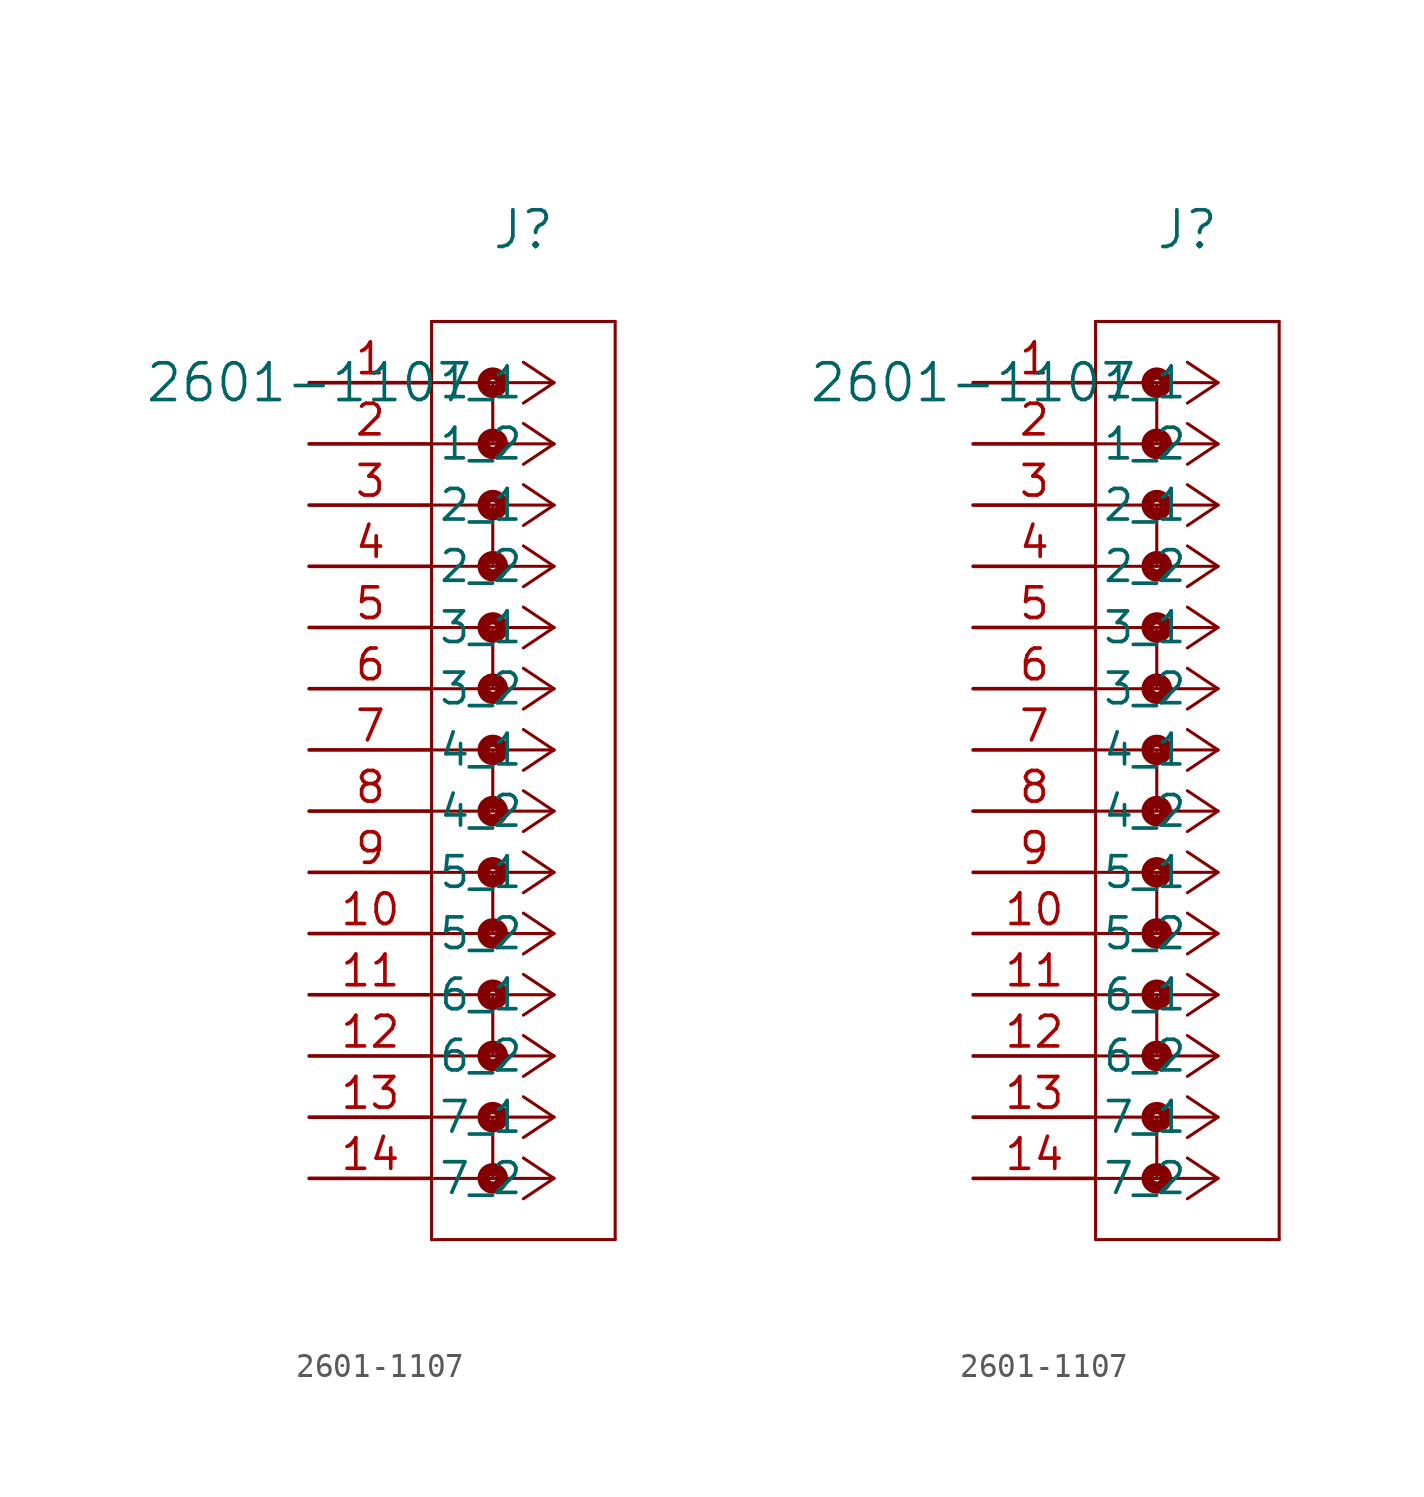
<source format=kicad_sym>
(kicad_symbol_lib
  (version 20211014)
  (generator kicad_symbol_editor)
  (symbol "2601-1107"
    (pin_names
      (offset 0.254))
    (property "Reference" "J"
      (at 8.89 6.35 0)
      (effects (font (size 1.524 1.524))))
    (property "Value" "2601-1107"
      (at 0 0 0)
      (effects (font (size 1.524 1.524))))
    (symbol "2601-1107_1_1"
      (polyline (pts (xy 10.16 0) (xy 5.08 0)) (stroke (width 0.127) (type default) (color 0 0 0 0)) (fill (type none)))
      (polyline (pts (xy 10.16 -2.54) (xy 5.08 -2.54)) (stroke (width 0.127) (type default) (color 0 0 0 0)) (fill (type none)))
      (polyline (pts (xy 10.16 -5.08) (xy 5.08 -5.08)) (stroke (width 0.127) (type default) (color 0 0 0 0)) (fill (type none)))
      (polyline (pts (xy 10.16 -7.62) (xy 5.08 -7.62)) (stroke (width 0.127) (type default) (color 0 0 0 0)) (fill (type none)))
      (polyline (pts (xy 10.16 -10.16) (xy 5.08 -10.16)) (stroke (width 0.127) (type default) (color 0 0 0 0)) (fill (type none)))
      (polyline (pts (xy 10.16 -12.7) (xy 5.08 -12.7)) (stroke (width 0.127) (type default) (color 0 0 0 0)) (fill (type none)))
      (polyline (pts (xy 10.16 -15.24) (xy 5.08 -15.24)) (stroke (width 0.127) (type default) (color 0 0 0 0)) (fill (type none)))
      (polyline (pts (xy 10.16 -17.78) (xy 5.08 -17.78)) (stroke (width 0.127) (type default) (color 0 0 0 0)) (fill (type none)))
      (polyline (pts (xy 10.16 -20.32) (xy 5.08 -20.32)) (stroke (width 0.127) (type default) (color 0 0 0 0)) (fill (type none)))
      (polyline (pts (xy 10.16 -22.86) (xy 5.08 -22.86)) (stroke (width 0.127) (type default) (color 0 0 0 0)) (fill (type none)))
      (polyline (pts (xy 10.16 -25.4) (xy 5.08 -25.4)) (stroke (width 0.127) (type default) (color 0 0 0 0)) (fill (type none)))
      (polyline (pts (xy 10.16 -27.94) (xy 5.08 -27.94)) (stroke (width 0.127) (type default) (color 0 0 0 0)) (fill (type none)))
      (polyline (pts (xy 10.16 -30.48) (xy 5.08 -30.48)) (stroke (width 0.127) (type default) (color 0 0 0 0)) (fill (type none)))
      (polyline (pts (xy 10.16 -33.02) (xy 5.08 -33.02)) (stroke (width 0.127) (type default) (color 0 0 0 0)) (fill (type none)))
      (polyline (pts (xy 10.16 0) (xy 8.89 0.847)) (stroke (width 0.127) (type default) (color 0 0 0 0)) (fill (type none)))
      (polyline (pts (xy 10.16 -2.54) (xy 8.89 -1.693)) (stroke (width 0.127) (type default) (color 0 0 0 0)) (fill (type none)))
      (polyline (pts (xy 10.16 -5.08) (xy 8.89 -4.233)) (stroke (width 0.127) (type default) (color 0 0 0 0)) (fill (type none)))
      (polyline (pts (xy 10.16 -7.62) (xy 8.89 -6.773)) (stroke (width 0.127) (type default) (color 0 0 0 0)) (fill (type none)))
      (polyline (pts (xy 10.16 -10.16) (xy 8.89 -9.313)) (stroke (width 0.127) (type default) (color 0 0 0 0)) (fill (type none)))
      (polyline (pts (xy 10.16 -12.7) (xy 8.89 -11.853)) (stroke (width 0.127) (type default) (color 0 0 0 0)) (fill (type none)))
      (polyline (pts (xy 10.16 -15.24) (xy 8.89 -14.393)) (stroke (width 0.127) (type default) (color 0 0 0 0)) (fill (type none)))
      (polyline (pts (xy 10.16 -17.78) (xy 8.89 -16.933)) (stroke (width 0.127) (type default) (color 0 0 0 0)) (fill (type none)))
      (polyline (pts (xy 10.16 -20.32) (xy 8.89 -19.473)) (stroke (width 0.127) (type default) (color 0 0 0 0)) (fill (type none)))
      (polyline (pts (xy 10.16 -22.86) (xy 8.89 -22.013)) (stroke (width 0.127) (type default) (color 0 0 0 0)) (fill (type none)))
      (polyline (pts (xy 10.16 -25.4) (xy 8.89 -24.553)) (stroke (width 0.127) (type default) (color 0 0 0 0)) (fill (type none)))
      (polyline (pts (xy 10.16 -27.94) (xy 8.89 -27.093)) (stroke (width 0.127) (type default) (color 0 0 0 0)) (fill (type none)))
      (polyline (pts (xy 10.16 -30.48) (xy 8.89 -29.633)) (stroke (width 0.127) (type default) (color 0 0 0 0)) (fill (type none)))
      (polyline (pts (xy 10.16 -33.02) (xy 8.89 -32.173)) (stroke (width 0.127) (type default) (color 0 0 0 0)) (fill (type none)))
      (polyline (pts (xy 10.16 0) (xy 8.89 -0.847)) (stroke (width 0.127) (type default) (color 0 0 0 0)) (fill (type none)))
      (polyline (pts (xy 10.16 -2.54) (xy 8.89 -3.387)) (stroke (width 0.127) (type default) (color 0 0 0 0)) (fill (type none)))
      (polyline (pts (xy 10.16 -5.08) (xy 8.89 -5.927)) (stroke (width 0.127) (type default) (color 0 0 0 0)) (fill (type none)))
      (polyline (pts (xy 10.16 -7.62) (xy 8.89 -8.467)) (stroke (width 0.127) (type default) (color 0 0 0 0)) (fill (type none)))
      (polyline (pts (xy 10.16 -10.16) (xy 8.89 -11.007)) (stroke (width 0.127) (type default) (color 0 0 0 0)) (fill (type none)))
      (polyline (pts (xy 10.16 -12.7) (xy 8.89 -13.547)) (stroke (width 0.127) (type default) (color 0 0 0 0)) (fill (type none)))
      (polyline (pts (xy 10.16 -15.24) (xy 8.89 -16.087)) (stroke (width 0.127) (type default) (color 0 0 0 0)) (fill (type none)))
      (polyline (pts (xy 10.16 -17.78) (xy 8.89 -18.627)) (stroke (width 0.127) (type default) (color 0 0 0 0)) (fill (type none)))
      (polyline (pts (xy 10.16 -20.32) (xy 8.89 -21.167)) (stroke (width 0.127) (type default) (color 0 0 0 0)) (fill (type none)))
      (polyline (pts (xy 10.16 -22.86) (xy 8.89 -23.707)) (stroke (width 0.127) (type default) (color 0 0 0 0)) (fill (type none)))
      (polyline (pts (xy 10.16 -25.4) (xy 8.89 -26.247)) (stroke (width 0.127) (type default) (color 0 0 0 0)) (fill (type none)))
      (polyline (pts (xy 10.16 -27.94) (xy 8.89 -28.787)) (stroke (width 0.127) (type default) (color 0 0 0 0)) (fill (type none)))
      (polyline (pts (xy 10.16 -30.48) (xy 8.89 -31.327)) (stroke (width 0.127) (type default) (color 0 0 0 0)) (fill (type none)))
      (polyline (pts (xy 10.16 -33.02) (xy 8.89 -33.867)) (stroke (width 0.127) (type default) (color 0 0 0 0)) (fill (type none)))
      (polyline (pts (xy 5.08 2.54) (xy 5.08 -35.56)) (stroke (width 0.127) (type default) (color 0 0 0 0)) (fill (type none)))
      (polyline (pts (xy 5.08 -35.56) (xy 12.7 -35.56)) (stroke (width 0.127) (type default) (color 0 0 0 0)) (fill (type none)))
      (polyline (pts (xy 12.7 -35.56) (xy 12.7 2.54)) (stroke (width 0.127) (type default) (color 0 0 0 0)) (fill (type none)))
      (polyline (pts (xy 12.7 2.54) (xy 5.08 2.54)) (stroke (width 0.127) (type default) (color 0 0 0 0)) (fill (type none)))
      (circle (center 7.62 0) (radius 0.127) (stroke (width 0.508) (type default) (color 0 0 0 0)) (fill (type none)))
      (polyline (pts (xy 7.62 0) (xy 7.62 -2.54)) (stroke (width 0.127) (type default) (color 0 0 0 0)) (fill (type none)))
      (circle (center 7.62 -2.54) (radius 0.127) (stroke (width 0.508) (type default) (color 0 0 0 0)) (fill (type none)))
      (circle (center 7.62 -5.08) (radius 0.127) (stroke (width 0.508) (type default) (color 0 0 0 0)) (fill (type none)))
      (polyline (pts (xy 7.62 -5.08) (xy 7.62 -7.62)) (stroke (width 0.127) (type default) (color 0 0 0 0)) (fill (type none)))
      (circle (center 7.62 -7.62) (radius 0.127) (stroke (width 0.508) (type default) (color 0 0 0 0)) (fill (type none)))
      (circle (center 7.62 -10.16) (radius 0.127) (stroke (width 0.508) (type default) (color 0 0 0 0)) (fill (type none)))
      (polyline (pts (xy 7.62 -10.16) (xy 7.62 -12.7)) (stroke (width 0.127) (type default) (color 0 0 0 0)) (fill (type none)))
      (circle (center 7.62 -12.7) (radius 0.127) (stroke (width 0.508) (type default) (color 0 0 0 0)) (fill (type none)))
      (circle (center 7.62 -15.24) (radius 0.127) (stroke (width 0.508) (type default) (color 0 0 0 0)) (fill (type none)))
      (polyline (pts (xy 7.62 -15.24) (xy 7.62 -17.78)) (stroke (width 0.127) (type default) (color 0 0 0 0)) (fill (type none)))
      (circle (center 7.62 -17.78) (radius 0.127) (stroke (width 0.508) (type default) (color 0 0 0 0)) (fill (type none)))
      (circle (center 7.62 -20.32) (radius 0.127) (stroke (width 0.508) (type default) (color 0 0 0 0)) (fill (type none)))
      (polyline (pts (xy 7.62 -20.32) (xy 7.62 -22.86)) (stroke (width 0.127) (type default) (color 0 0 0 0)) (fill (type none)))
      (circle (center 7.62 -22.86) (radius 0.127) (stroke (width 0.508) (type default) (color 0 0 0 0)) (fill (type none)))
      (circle (center 7.62 -25.4) (radius 0.127) (stroke (width 0.508) (type default) (color 0 0 0 0)) (fill (type none)))
      (polyline (pts (xy 7.62 -25.4) (xy 7.62 -27.94)) (stroke (width 0.127) (type default) (color 0 0 0 0)) (fill (type none)))
      (circle (center 7.62 -27.94) (radius 0.127) (stroke (width 0.508) (type default) (color 0 0 0 0)) (fill (type none)))
      (circle (center 7.62 -30.48) (radius 0.127) (stroke (width 0.508) (type default) (color 0 0 0 0)) (fill (type none)))
      (polyline (pts (xy 7.62 -30.48) (xy 7.62 -33.02)) (stroke (width 0.127) (type default) (color 0 0 0 0)) (fill (type none)))
      (circle (center 7.62 -33.02) (radius 0.127) (stroke (width 0.508) (type default) (color 0 0 0 0)) (fill (type none)))
      (pin unspecified line (at 0 0 0) (length 5.08) (name "1_1" (effects (font (size 1.27 1.27)))) (number "1" (effects (font (size 1.27 1.27)))))
      (pin unspecified line (at 0 -2.54 0) (length 5.08) (name "1_2" (effects (font (size 1.27 1.27)))) (number "2" (effects (font (size 1.27 1.27)))))
      (pin unspecified line (at 0 -5.08 0) (length 5.08) (name "2_1" (effects (font (size 1.27 1.27)))) (number "3" (effects (font (size 1.27 1.27)))))
      (pin unspecified line (at 0 -7.62 0) (length 5.08) (name "2_2" (effects (font (size 1.27 1.27)))) (number "4" (effects (font (size 1.27 1.27)))))
      (pin unspecified line (at 0 -10.16 0) (length 5.08) (name "3_1" (effects (font (size 1.27 1.27)))) (number "5" (effects (font (size 1.27 1.27)))))
      (pin unspecified line (at 0 -12.7 0) (length 5.08) (name "3_2" (effects (font (size 1.27 1.27)))) (number "6" (effects (font (size 1.27 1.27)))))
      (pin unspecified line (at 0 -15.24 0) (length 5.08) (name "4_1" (effects (font (size 1.27 1.27)))) (number "7" (effects (font (size 1.27 1.27)))))
      (pin unspecified line (at 0 -17.78 0) (length 5.08) (name "4_2" (effects (font (size 1.27 1.27)))) (number "8" (effects (font (size 1.27 1.27)))))
      (pin unspecified line (at 0 -20.32 0) (length 5.08) (name "5_1" (effects (font (size 1.27 1.27)))) (number "9" (effects (font (size 1.27 1.27)))))
      (pin unspecified line (at 0 -22.86 0) (length 5.08) (name "5_2" (effects (font (size 1.27 1.27)))) (number "10" (effects (font (size 1.27 1.27)))))
      (pin unspecified line (at 0 -25.4 0) (length 5.08) (name "6_1" (effects (font (size 1.27 1.27)))) (number "11" (effects (font (size 1.27 1.27)))))
      (pin unspecified line (at 0 -27.94 0) (length 5.08) (name "6_2" (effects (font (size 1.27 1.27)))) (number "12" (effects (font (size 1.27 1.27)))))
      (pin unspecified line (at 0 -30.48 0) (length 5.08) (name "7_1" (effects (font (size 1.27 1.27)))) (number "13" (effects (font (size 1.27 1.27)))))
      (pin unspecified line (at 0 -33.02 0) (length 5.08) (name "7_2" (effects (font (size 1.27 1.27)))) (number "14" (effects (font (size 1.27 1.27))))))
    (symbol "2601-1107_1_2"
      (polyline (pts (xy 10.16 0) (xy 5.08 0)) (stroke (width 0.127) (type default) (color 0 0 0 0)) (fill (type none)))
      (polyline (pts (xy 10.16 -2.54) (xy 5.08 -2.54)) (stroke (width 0.127) (type default) (color 0 0 0 0)) (fill (type none)))
      (polyline (pts (xy 10.16 -5.08) (xy 5.08 -5.08)) (stroke (width 0.127) (type default) (color 0 0 0 0)) (fill (type none)))
      (polyline (pts (xy 10.16 -7.62) (xy 5.08 -7.62)) (stroke (width 0.127) (type default) (color 0 0 0 0)) (fill (type none)))
      (polyline (pts (xy 10.16 -10.16) (xy 5.08 -10.16)) (stroke (width 0.127) (type default) (color 0 0 0 0)) (fill (type none)))
      (polyline (pts (xy 10.16 -12.7) (xy 5.08 -12.7)) (stroke (width 0.127) (type default) (color 0 0 0 0)) (fill (type none)))
      (polyline (pts (xy 10.16 -15.24) (xy 5.08 -15.24)) (stroke (width 0.127) (type default) (color 0 0 0 0)) (fill (type none)))
      (polyline (pts (xy 10.16 -17.78) (xy 5.08 -17.78)) (stroke (width 0.127) (type default) (color 0 0 0 0)) (fill (type none)))
      (polyline (pts (xy 10.16 -20.32) (xy 5.08 -20.32)) (stroke (width 0.127) (type default) (color 0 0 0 0)) (fill (type none)))
      (polyline (pts (xy 10.16 -22.86) (xy 5.08 -22.86)) (stroke (width 0.127) (type default) (color 0 0 0 0)) (fill (type none)))
      (polyline (pts (xy 10.16 -25.4) (xy 5.08 -25.4)) (stroke (width 0.127) (type default) (color 0 0 0 0)) (fill (type none)))
      (polyline (pts (xy 10.16 -27.94) (xy 5.08 -27.94)) (stroke (width 0.127) (type default) (color 0 0 0 0)) (fill (type none)))
      (polyline (pts (xy 10.16 -30.48) (xy 5.08 -30.48)) (stroke (width 0.127) (type default) (color 0 0 0 0)) (fill (type none)))
      (polyline (pts (xy 10.16 -33.02) (xy 5.08 -33.02)) (stroke (width 0.127) (type default) (color 0 0 0 0)) (fill (type none)))
      (polyline (pts (xy 10.16 0) (xy 8.89 0.847)) (stroke (width 0.127) (type default) (color 0 0 0 0)) (fill (type none)))
      (polyline (pts (xy 10.16 -2.54) (xy 8.89 -1.693)) (stroke (width 0.127) (type default) (color 0 0 0 0)) (fill (type none)))
      (polyline (pts (xy 10.16 -5.08) (xy 8.89 -4.233)) (stroke (width 0.127) (type default) (color 0 0 0 0)) (fill (type none)))
      (polyline (pts (xy 10.16 -7.62) (xy 8.89 -6.773)) (stroke (width 0.127) (type default) (color 0 0 0 0)) (fill (type none)))
      (polyline (pts (xy 10.16 -10.16) (xy 8.89 -9.313)) (stroke (width 0.127) (type default) (color 0 0 0 0)) (fill (type none)))
      (polyline (pts (xy 10.16 -12.7) (xy 8.89 -11.853)) (stroke (width 0.127) (type default) (color 0 0 0 0)) (fill (type none)))
      (polyline (pts (xy 10.16 -15.24) (xy 8.89 -14.393)) (stroke (width 0.127) (type default) (color 0 0 0 0)) (fill (type none)))
      (polyline (pts (xy 10.16 -17.78) (xy 8.89 -16.933)) (stroke (width 0.127) (type default) (color 0 0 0 0)) (fill (type none)))
      (polyline (pts (xy 10.16 -20.32) (xy 8.89 -19.473)) (stroke (width 0.127) (type default) (color 0 0 0 0)) (fill (type none)))
      (polyline (pts (xy 10.16 -22.86) (xy 8.89 -22.013)) (stroke (width 0.127) (type default) (color 0 0 0 0)) (fill (type none)))
      (polyline (pts (xy 10.16 -25.4) (xy 8.89 -24.553)) (stroke (width 0.127) (type default) (color 0 0 0 0)) (fill (type none)))
      (polyline (pts (xy 10.16 -27.94) (xy 8.89 -27.093)) (stroke (width 0.127) (type default) (color 0 0 0 0)) (fill (type none)))
      (polyline (pts (xy 10.16 -30.48) (xy 8.89 -29.633)) (stroke (width 0.127) (type default) (color 0 0 0 0)) (fill (type none)))
      (polyline (pts (xy 10.16 -33.02) (xy 8.89 -32.173)) (stroke (width 0.127) (type default) (color 0 0 0 0)) (fill (type none)))
      (polyline (pts (xy 10.16 0) (xy 8.89 -0.847)) (stroke (width 0.127) (type default) (color 0 0 0 0)) (fill (type none)))
      (polyline (pts (xy 10.16 -2.54) (xy 8.89 -3.387)) (stroke (width 0.127) (type default) (color 0 0 0 0)) (fill (type none)))
      (polyline (pts (xy 10.16 -5.08) (xy 8.89 -5.927)) (stroke (width 0.127) (type default) (color 0 0 0 0)) (fill (type none)))
      (polyline (pts (xy 10.16 -7.62) (xy 8.89 -8.467)) (stroke (width 0.127) (type default) (color 0 0 0 0)) (fill (type none)))
      (polyline (pts (xy 10.16 -10.16) (xy 8.89 -11.007)) (stroke (width 0.127) (type default) (color 0 0 0 0)) (fill (type none)))
      (polyline (pts (xy 10.16 -12.7) (xy 8.89 -13.547)) (stroke (width 0.127) (type default) (color 0 0 0 0)) (fill (type none)))
      (polyline (pts (xy 10.16 -15.24) (xy 8.89 -16.087)) (stroke (width 0.127) (type default) (color 0 0 0 0)) (fill (type none)))
      (polyline (pts (xy 10.16 -17.78) (xy 8.89 -18.627)) (stroke (width 0.127) (type default) (color 0 0 0 0)) (fill (type none)))
      (polyline (pts (xy 10.16 -20.32) (xy 8.89 -21.167)) (stroke (width 0.127) (type default) (color 0 0 0 0)) (fill (type none)))
      (polyline (pts (xy 10.16 -22.86) (xy 8.89 -23.707)) (stroke (width 0.127) (type default) (color 0 0 0 0)) (fill (type none)))
      (polyline (pts (xy 10.16 -25.4) (xy 8.89 -26.247)) (stroke (width 0.127) (type default) (color 0 0 0 0)) (fill (type none)))
      (polyline (pts (xy 10.16 -27.94) (xy 8.89 -28.787)) (stroke (width 0.127) (type default) (color 0 0 0 0)) (fill (type none)))
      (polyline (pts (xy 10.16 -30.48) (xy 8.89 -31.327)) (stroke (width 0.127) (type default) (color 0 0 0 0)) (fill (type none)))
      (polyline (pts (xy 10.16 -33.02) (xy 8.89 -33.867)) (stroke (width 0.127) (type default) (color 0 0 0 0)) (fill (type none)))
      (polyline (pts (xy 5.08 2.54) (xy 5.08 -35.56)) (stroke (width 0.127) (type default) (color 0 0 0 0)) (fill (type none)))
      (polyline (pts (xy 5.08 -35.56) (xy 12.7 -35.56)) (stroke (width 0.127) (type default) (color 0 0 0 0)) (fill (type none)))
      (polyline (pts (xy 12.7 -35.56) (xy 12.7 2.54)) (stroke (width 0.127) (type default) (color 0 0 0 0)) (fill (type none)))
      (polyline (pts (xy 12.7 2.54) (xy 5.08 2.54)) (stroke (width 0.127) (type default) (color 0 0 0 0)) (fill (type none)))
      (circle (center 7.62 0) (radius 0.127) (stroke (width 0.508) (type default) (color 0 0 0 0)) (fill (type none)))
      (polyline (pts (xy 7.62 0) (xy 7.62 -2.54)) (stroke (width 0.127) (type default) (color 0 0 0 0)) (fill (type none)))
      (circle (center 7.62 -2.54) (radius 0.127) (stroke (width 0.508) (type default) (color 0 0 0 0)) (fill (type none)))
      (circle (center 7.62 -5.08) (radius 0.127) (stroke (width 0.508) (type default) (color 0 0 0 0)) (fill (type none)))
      (polyline (pts (xy 7.62 -5.08) (xy 7.62 -7.62)) (stroke (width 0.127) (type default) (color 0 0 0 0)) (fill (type none)))
      (circle (center 7.62 -7.62) (radius 0.127) (stroke (width 0.508) (type default) (color 0 0 0 0)) (fill (type none)))
      (circle (center 7.62 -10.16) (radius 0.127) (stroke (width 0.508) (type default) (color 0 0 0 0)) (fill (type none)))
      (polyline (pts (xy 7.62 -10.16) (xy 7.62 -12.7)) (stroke (width 0.127) (type default) (color 0 0 0 0)) (fill (type none)))
      (circle (center 7.62 -12.7) (radius 0.127) (stroke (width 0.508) (type default) (color 0 0 0 0)) (fill (type none)))
      (circle (center 7.62 -15.24) (radius 0.127) (stroke (width 0.508) (type default) (color 0 0 0 0)) (fill (type none)))
      (polyline (pts (xy 7.62 -15.24) (xy 7.62 -17.78)) (stroke (width 0.127) (type default) (color 0 0 0 0)) (fill (type none)))
      (circle (center 7.62 -17.78) (radius 0.127) (stroke (width 0.508) (type default) (color 0 0 0 0)) (fill (type none)))
      (circle (center 7.62 -20.32) (radius 0.127) (stroke (width 0.508) (type default) (color 0 0 0 0)) (fill (type none)))
      (polyline (pts (xy 7.62 -20.32) (xy 7.62 -22.86)) (stroke (width 0.127) (type default) (color 0 0 0 0)) (fill (type none)))
      (circle (center 7.62 -22.86) (radius 0.127) (stroke (width 0.508) (type default) (color 0 0 0 0)) (fill (type none)))
      (circle (center 7.62 -25.4) (radius 0.127) (stroke (width 0.508) (type default) (color 0 0 0 0)) (fill (type none)))
      (polyline (pts (xy 7.62 -25.4) (xy 7.62 -27.94)) (stroke (width 0.127) (type default) (color 0 0 0 0)) (fill (type none)))
      (circle (center 7.62 -27.94) (radius 0.127) (stroke (width 0.508) (type default) (color 0 0 0 0)) (fill (type none)))
      (circle (center 7.62 -30.48) (radius 0.127) (stroke (width 0.508) (type default) (color 0 0 0 0)) (fill (type none)))
      (polyline (pts (xy 7.62 -30.48) (xy 7.62 -33.02)) (stroke (width 0.127) (type default) (color 0 0 0 0)) (fill (type none)))
      (circle (center 7.62 -33.02) (radius 0.127) (stroke (width 0.508) (type default) (color 0 0 0 0)) (fill (type none)))
      (pin unspecified line (at 0 0 0) (length 5.08) (name "1_1" (effects (font (size 1.27 1.27)))) (number "1" (effects (font (size 1.27 1.27)))))
      (pin unspecified line (at 0 -2.54 0) (length 5.08) (name "1_2" (effects (font (size 1.27 1.27)))) (number "2" (effects (font (size 1.27 1.27)))))
      (pin unspecified line (at 0 -5.08 0) (length 5.08) (name "2_1" (effects (font (size 1.27 1.27)))) (number "3" (effects (font (size 1.27 1.27)))))
      (pin unspecified line (at 0 -7.62 0) (length 5.08) (name "2_2" (effects (font (size 1.27 1.27)))) (number "4" (effects (font (size 1.27 1.27)))))
      (pin unspecified line (at 0 -10.16 0) (length 5.08) (name "3_1" (effects (font (size 1.27 1.27)))) (number "5" (effects (font (size 1.27 1.27)))))
      (pin unspecified line (at 0 -12.7 0) (length 5.08) (name "3_2" (effects (font (size 1.27 1.27)))) (number "6" (effects (font (size 1.27 1.27)))))
      (pin unspecified line (at 0 -15.24 0) (length 5.08) (name "4_1" (effects (font (size 1.27 1.27)))) (number "7" (effects (font (size 1.27 1.27)))))
      (pin unspecified line (at 0 -17.78 0) (length 5.08) (name "4_2" (effects (font (size 1.27 1.27)))) (number "8" (effects (font (size 1.27 1.27)))))
      (pin unspecified line (at 0 -20.32 0) (length 5.08) (name "5_1" (effects (font (size 1.27 1.27)))) (number "9" (effects (font (size 1.27 1.27)))))
      (pin unspecified line (at 0 -22.86 0) (length 5.08) (name "5_2" (effects (font (size 1.27 1.27)))) (number "10" (effects (font (size 1.27 1.27)))))
      (pin unspecified line (at 0 -25.4 0) (length 5.08) (name "6_1" (effects (font (size 1.27 1.27)))) (number "11" (effects (font (size 1.27 1.27)))))
      (pin unspecified line (at 0 -27.94 0) (length 5.08) (name "6_2" (effects (font (size 1.27 1.27)))) (number "12" (effects (font (size 1.27 1.27)))))
      (pin unspecified line (at 0 -30.48 0) (length 5.08) (name "7_1" (effects (font (size 1.27 1.27)))) (number "13" (effects (font (size 1.27 1.27)))))
      (pin unspecified line (at 0 -33.02 0) (length 5.08) (name "7_2" (effects (font (size 1.27 1.27)))) (number "14" (effects (font (size 1.27 1.27))))))))
</source>
